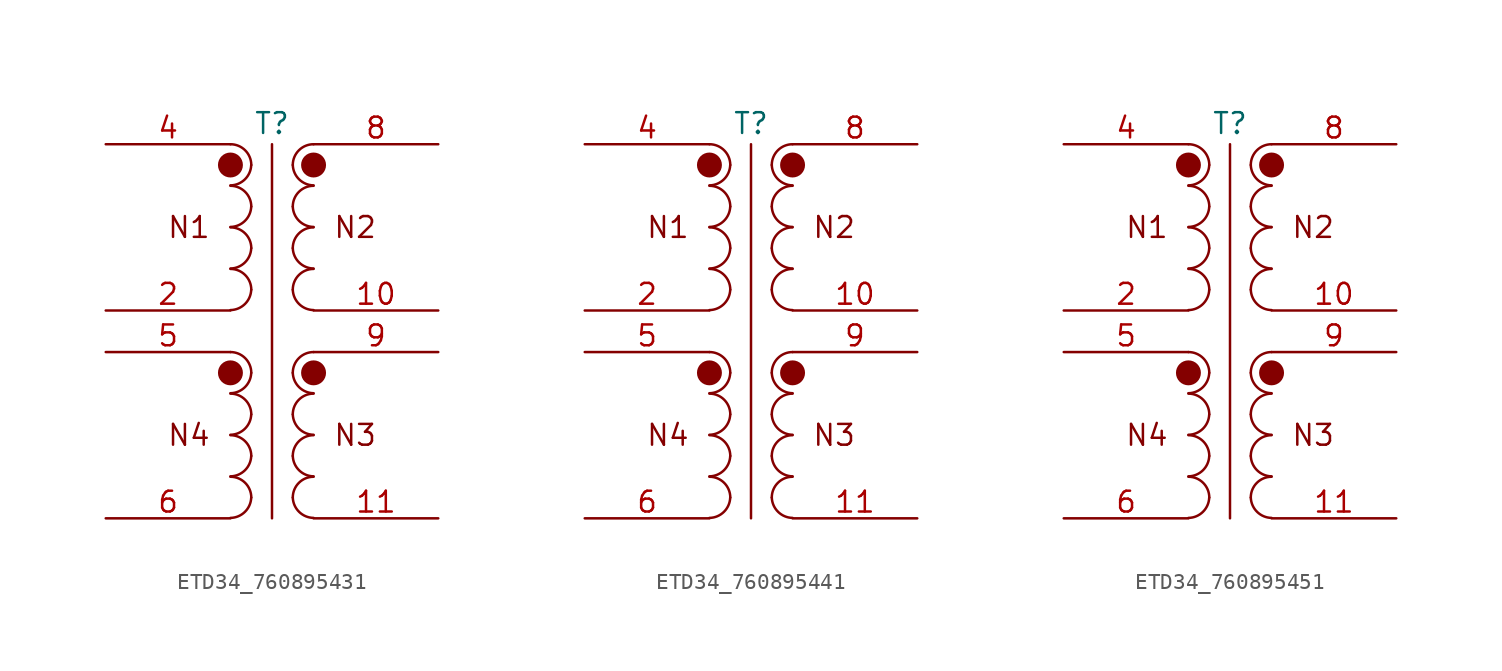
<source format=kicad_sym>
(kicad_symbol_lib
  (version 20220914)
  (generator kicad_symbol_editor)
  (symbol "ETD34_760895431"
    (pin_names hide)
    (property "Reference" "T"
      (at 0 12.7 0)
      (effects (font (size 1.27 1.27))))
    (property "Critical Parameter" ""
      (at 0 -5.08 0)
      (effects (font (size 1.27 1.27)) (justify left)))
    (symbol "ETD34_760895431_0_1"
      (arc (start -2.54 -11.4046) (mid -1.6561 -11.0363) (end -1.27 -10.16) (stroke (width 0) (type default)) (fill (type none)))
      (arc (start -2.54 -8.8646) (mid -1.6561 -8.4963) (end -1.27 -7.62) (stroke (width 0) (type default)) (fill (type none)))
      (arc (start -2.54 -6.3246) (mid -1.6561 -5.9563) (end -1.27 -5.08) (stroke (width 0) (type default)) (fill (type none)))
      (arc (start -2.54 -3.7846) (mid -1.6561 -3.4163) (end -1.27 -2.54) (stroke (width 0) (type default)) (fill (type none)))
      (arc (start -2.54 1.2954) (mid -1.6561 1.6637) (end -1.27 2.54) (stroke (width 0) (type default)) (fill (type none)))
      (arc (start -2.54 3.8354) (mid -1.6561 4.2037) (end -1.27 5.08) (stroke (width 0) (type default)) (fill (type none)))
      (arc (start -2.54 6.3754) (mid -1.6561 6.7437) (end -1.27 7.62) (stroke (width 0) (type default)) (fill (type none)))
      (arc (start -2.54 8.9154) (mid -1.6561 9.2837) (end -1.27 10.16) (stroke (width 0) (type default)) (fill (type none)))
      (arc (start -1.27 -10.16) (mid -1.642 -9.262) (end -2.54 -8.89) (stroke (width 0) (type default)) (fill (type none)))
      (arc (start -1.27 -7.62) (mid -1.642 -6.722) (end -2.54 -6.35) (stroke (width 0) (type default)) (fill (type none)))
      (arc (start -1.27 -5.08) (mid -1.642 -4.182) (end -2.54 -3.81) (stroke (width 0) (type default)) (fill (type none)))
      (arc (start -1.27 -2.54) (mid -1.642 -1.642) (end -2.54 -1.27) (stroke (width 0) (type default)) (fill (type none)))
      (arc (start -1.27 2.54) (mid -1.642 3.438) (end -2.54 3.81) (stroke (width 0) (type default)) (fill (type none)))
      (arc (start -1.27 5.08) (mid -1.642 5.978) (end -2.54 6.35) (stroke (width 0) (type default)) (fill (type none)))
      (arc (start -1.27 7.62) (mid -1.642 8.518) (end -2.54 8.89) (stroke (width 0) (type default)) (fill (type none)))
      (arc (start -1.27 10.16) (mid -1.642 11.058) (end -2.54 11.43) (stroke (width 0) (type default)) (fill (type none)))
      (polyline (pts (xy 0 -11.43) (xy 0 11.43)) (stroke (width 0) (type default)) (fill (type none)))
      (arc (start 1.27 -10.16) (mid 1.6561 -11.0363) (end 2.54 -11.4046) (stroke (width 0) (type default)) (fill (type none)))
      (arc (start 1.27 -7.62) (mid 1.6561 -8.4963) (end 2.54 -8.8646) (stroke (width 0) (type default)) (fill (type none)))
      (arc (start 1.27 -5.08) (mid 1.6561 -5.9563) (end 2.54 -6.3246) (stroke (width 0) (type default)) (fill (type none)))
      (arc (start 1.27 -2.54) (mid 1.6561 -3.4163) (end 2.54 -3.7846) (stroke (width 0) (type default)) (fill (type none)))
      (arc (start 1.27 2.54) (mid 1.6561 1.6637) (end 2.54 1.2954) (stroke (width 0) (type default)) (fill (type none)))
      (arc (start 1.27 5.08) (mid 1.6561 4.2037) (end 2.54 3.8354) (stroke (width 0) (type default)) (fill (type none)))
      (arc (start 1.27 7.62) (mid 1.6561 6.7437) (end 2.54 6.3754) (stroke (width 0) (type default)) (fill (type none)))
      (arc (start 1.27 10.16) (mid 1.6561 9.2837) (end 2.54 8.9154) (stroke (width 0) (type default)) (fill (type none)))
      (arc (start 2.54 -8.89) (mid 1.642 -9.262) (end 1.27 -10.16) (stroke (width 0) (type default)) (fill (type none)))
      (arc (start 2.54 -6.35) (mid 1.642 -6.722) (end 1.27 -7.62) (stroke (width 0) (type default)) (fill (type none)))
      (arc (start 2.54 -3.81) (mid 1.642 -4.182) (end 1.27 -5.08) (stroke (width 0) (type default)) (fill (type none)))
      (arc (start 2.54 -1.27) (mid 1.642 -1.642) (end 1.27 -2.54) (stroke (width 0) (type default)) (fill (type none)))
      (arc (start 2.54 3.81) (mid 1.642 3.438) (end 1.27 2.54) (stroke (width 0) (type default)) (fill (type none)))
      (arc (start 2.54 6.35) (mid 1.642 5.978) (end 1.27 5.08) (stroke (width 0) (type default)) (fill (type none)))
      (arc (start 2.54 8.89) (mid 1.642 8.518) (end 1.27 7.62) (stroke (width 0) (type default)) (fill (type none)))
      (arc (start 2.54 11.43) (mid 1.642 11.058) (end 1.27 10.16) (stroke (width 0) (type default)) (fill (type none))))
    (symbol "ETD34_760895431_1_1"
      (circle (center -2.54 -2.54) (radius 0.0001) (stroke (width 0.762) (type default)) (fill (type none)))
      (circle (center -2.54 10.16) (radius 0.0001) (stroke (width 0.762) (type default)) (fill (type none)))
      (circle (center 2.54 -2.54) (radius 0.0001) (stroke (width 0.762) (type default)) (fill (type none)))
      (circle (center 2.54 10.16) (radius 0.0001) (stroke (width 0.762) (type default)) (fill (type none)))
      (text "N1" (at -5.08 6.35 0) (effects (font (size 1.27 1.27))))
      (text "N2" (at 5.08 6.35 0) (effects (font (size 1.27 1.27))))
      (text "N3" (at 5.08 -6.35 0) (effects (font (size 1.27 1.27))))
      (text "N4" (at -5.08 -6.35 0) (effects (font (size 1.27 1.27))))
      (pin passive line (at 10.16 1.27 180) (length 7.62) (name "10" (effects (font (size 1.27 1.27)))) (number "10" (effects (font (size 1.27 1.27)))))
      (pin passive line (at 10.16 -11.43 180) (length 7.62) (name "11" (effects (font (size 1.27 1.27)))) (number "11" (effects (font (size 1.27 1.27)))))
      (pin passive line (at -10.16 1.27 0) (length 7.62) (name "2" (effects (font (size 1.27 1.27)))) (number "2" (effects (font (size 1.27 1.27)))))
      (pin passive line (at -10.16 11.43 0) (length 7.62) (name "4" (effects (font (size 1.27 1.27)))) (number "4" (effects (font (size 1.27 1.27)))))
      (pin passive line (at -10.16 -1.27 0) (length 7.62) (name "5" (effects (font (size 1.27 1.27)))) (number "5" (effects (font (size 1.27 1.27)))))
      (pin passive line (at -10.16 -11.43 0) (length 7.62) (name "6" (effects (font (size 1.27 1.27)))) (number "6" (effects (font (size 1.27 1.27)))))
      (pin passive line (at 10.16 11.43 180) (length 7.62) (name "8" (effects (font (size 1.27 1.27)))) (number "8" (effects (font (size 1.27 1.27)))))
      (pin passive line (at 10.16 -1.27 180) (length 7.62) (name "9" (effects (font (size 1.27 1.27)))) (number "9" (effects (font (size 1.27 1.27)))))))
  (symbol "ETD34_760895441"
    (pin_names hide)
    (property "Reference" "T"
      (at 0 12.7 0)
      (effects (font (size 1.27 1.27))))
    (property "Critical Parameter" ""
      (at 0 -5.08 0)
      (effects (font (size 1.27 1.27)) (justify left)))
    (symbol "ETD34_760895441_0_1"
      (arc (start -2.54 -11.4046) (mid -1.6561 -11.0363) (end -1.27 -10.16) (stroke (width 0) (type default)) (fill (type none)))
      (arc (start -2.54 -8.8646) (mid -1.6561 -8.4963) (end -1.27 -7.62) (stroke (width 0) (type default)) (fill (type none)))
      (arc (start -2.54 -6.3246) (mid -1.6561 -5.9563) (end -1.27 -5.08) (stroke (width 0) (type default)) (fill (type none)))
      (arc (start -2.54 -3.7846) (mid -1.6561 -3.4163) (end -1.27 -2.54) (stroke (width 0) (type default)) (fill (type none)))
      (arc (start -2.54 1.2954) (mid -1.6561 1.6637) (end -1.27 2.54) (stroke (width 0) (type default)) (fill (type none)))
      (arc (start -2.54 3.8354) (mid -1.6561 4.2037) (end -1.27 5.08) (stroke (width 0) (type default)) (fill (type none)))
      (arc (start -2.54 6.3754) (mid -1.6561 6.7437) (end -1.27 7.62) (stroke (width 0) (type default)) (fill (type none)))
      (arc (start -2.54 8.9154) (mid -1.6561 9.2837) (end -1.27 10.16) (stroke (width 0) (type default)) (fill (type none)))
      (arc (start -1.27 -10.16) (mid -1.642 -9.262) (end -2.54 -8.89) (stroke (width 0) (type default)) (fill (type none)))
      (arc (start -1.27 -7.62) (mid -1.642 -6.722) (end -2.54 -6.35) (stroke (width 0) (type default)) (fill (type none)))
      (arc (start -1.27 -5.08) (mid -1.642 -4.182) (end -2.54 -3.81) (stroke (width 0) (type default)) (fill (type none)))
      (arc (start -1.27 -2.54) (mid -1.642 -1.642) (end -2.54 -1.27) (stroke (width 0) (type default)) (fill (type none)))
      (arc (start -1.27 2.54) (mid -1.642 3.438) (end -2.54 3.81) (stroke (width 0) (type default)) (fill (type none)))
      (arc (start -1.27 5.08) (mid -1.642 5.978) (end -2.54 6.35) (stroke (width 0) (type default)) (fill (type none)))
      (arc (start -1.27 7.62) (mid -1.642 8.518) (end -2.54 8.89) (stroke (width 0) (type default)) (fill (type none)))
      (arc (start -1.27 10.16) (mid -1.642 11.058) (end -2.54 11.43) (stroke (width 0) (type default)) (fill (type none)))
      (polyline (pts (xy 0 -11.43) (xy 0 11.43)) (stroke (width 0) (type default)) (fill (type none)))
      (arc (start 1.27 -10.16) (mid 1.6561 -11.0363) (end 2.54 -11.4046) (stroke (width 0) (type default)) (fill (type none)))
      (arc (start 1.27 -7.62) (mid 1.6561 -8.4963) (end 2.54 -8.8646) (stroke (width 0) (type default)) (fill (type none)))
      (arc (start 1.27 -5.08) (mid 1.6561 -5.9563) (end 2.54 -6.3246) (stroke (width 0) (type default)) (fill (type none)))
      (arc (start 1.27 -2.54) (mid 1.6561 -3.4163) (end 2.54 -3.7846) (stroke (width 0) (type default)) (fill (type none)))
      (arc (start 1.27 2.54) (mid 1.6561 1.6637) (end 2.54 1.2954) (stroke (width 0) (type default)) (fill (type none)))
      (arc (start 1.27 5.08) (mid 1.6561 4.2037) (end 2.54 3.8354) (stroke (width 0) (type default)) (fill (type none)))
      (arc (start 1.27 7.62) (mid 1.6561 6.7437) (end 2.54 6.3754) (stroke (width 0) (type default)) (fill (type none)))
      (arc (start 1.27 10.16) (mid 1.6561 9.2837) (end 2.54 8.9154) (stroke (width 0) (type default)) (fill (type none)))
      (arc (start 2.54 -8.89) (mid 1.642 -9.262) (end 1.27 -10.16) (stroke (width 0) (type default)) (fill (type none)))
      (arc (start 2.54 -6.35) (mid 1.642 -6.722) (end 1.27 -7.62) (stroke (width 0) (type default)) (fill (type none)))
      (arc (start 2.54 -3.81) (mid 1.642 -4.182) (end 1.27 -5.08) (stroke (width 0) (type default)) (fill (type none)))
      (arc (start 2.54 -1.27) (mid 1.642 -1.642) (end 1.27 -2.54) (stroke (width 0) (type default)) (fill (type none)))
      (arc (start 2.54 3.81) (mid 1.642 3.438) (end 1.27 2.54) (stroke (width 0) (type default)) (fill (type none)))
      (arc (start 2.54 6.35) (mid 1.642 5.978) (end 1.27 5.08) (stroke (width 0) (type default)) (fill (type none)))
      (arc (start 2.54 8.89) (mid 1.642 8.518) (end 1.27 7.62) (stroke (width 0) (type default)) (fill (type none)))
      (arc (start 2.54 11.43) (mid 1.642 11.058) (end 1.27 10.16) (stroke (width 0) (type default)) (fill (type none))))
    (symbol "ETD34_760895441_1_1"
      (circle (center -2.54 -2.54) (radius 0.0001) (stroke (width 0.762) (type default)) (fill (type none)))
      (circle (center -2.54 10.16) (radius 0.0001) (stroke (width 0.762) (type default)) (fill (type none)))
      (circle (center 2.54 -2.54) (radius 0.0001) (stroke (width 0.762) (type default)) (fill (type none)))
      (circle (center 2.54 10.16) (radius 0.0001) (stroke (width 0.762) (type default)) (fill (type none)))
      (text "N1" (at -5.08 6.35 0) (effects (font (size 1.27 1.27))))
      (text "N2" (at 5.08 6.35 0) (effects (font (size 1.27 1.27))))
      (text "N3" (at 5.08 -6.35 0) (effects (font (size 1.27 1.27))))
      (text "N4" (at -5.08 -6.35 0) (effects (font (size 1.27 1.27))))
      (pin passive line (at 10.16 1.27 180) (length 7.62) (name "10" (effects (font (size 1.27 1.27)))) (number "10" (effects (font (size 1.27 1.27)))))
      (pin passive line (at 10.16 -11.43 180) (length 7.62) (name "11" (effects (font (size 1.27 1.27)))) (number "11" (effects (font (size 1.27 1.27)))))
      (pin passive line (at -10.16 1.27 0) (length 7.62) (name "2" (effects (font (size 1.27 1.27)))) (number "2" (effects (font (size 1.27 1.27)))))
      (pin passive line (at -10.16 11.43 0) (length 7.62) (name "4" (effects (font (size 1.27 1.27)))) (number "4" (effects (font (size 1.27 1.27)))))
      (pin passive line (at -10.16 -1.27 0) (length 7.62) (name "5" (effects (font (size 1.27 1.27)))) (number "5" (effects (font (size 1.27 1.27)))))
      (pin passive line (at -10.16 -11.43 0) (length 7.62) (name "6" (effects (font (size 1.27 1.27)))) (number "6" (effects (font (size 1.27 1.27)))))
      (pin passive line (at 10.16 11.43 180) (length 7.62) (name "8" (effects (font (size 1.27 1.27)))) (number "8" (effects (font (size 1.27 1.27)))))
      (pin passive line (at 10.16 -1.27 180) (length 7.62) (name "9" (effects (font (size 1.27 1.27)))) (number "9" (effects (font (size 1.27 1.27)))))))
  (symbol "ETD34_760895451"
    (pin_names hide)
    (property "Reference" "T"
      (at 0 12.7 0)
      (effects (font (size 1.27 1.27))))
    (property "Critical Parameter" ""
      (at 0 -5.08 0)
      (effects (font (size 1.27 1.27)) (justify left)))
    (symbol "ETD34_760895451_0_1"
      (arc (start -2.54 -11.4046) (mid -1.6561 -11.0363) (end -1.27 -10.16) (stroke (width 0) (type default)) (fill (type none)))
      (arc (start -2.54 -8.8646) (mid -1.6561 -8.4963) (end -1.27 -7.62) (stroke (width 0) (type default)) (fill (type none)))
      (arc (start -2.54 -6.3246) (mid -1.6561 -5.9563) (end -1.27 -5.08) (stroke (width 0) (type default)) (fill (type none)))
      (arc (start -2.54 -3.7846) (mid -1.6561 -3.4163) (end -1.27 -2.54) (stroke (width 0) (type default)) (fill (type none)))
      (arc (start -2.54 1.2954) (mid -1.6561 1.6637) (end -1.27 2.54) (stroke (width 0) (type default)) (fill (type none)))
      (arc (start -2.54 3.8354) (mid -1.6561 4.2037) (end -1.27 5.08) (stroke (width 0) (type default)) (fill (type none)))
      (arc (start -2.54 6.3754) (mid -1.6561 6.7437) (end -1.27 7.62) (stroke (width 0) (type default)) (fill (type none)))
      (arc (start -2.54 8.9154) (mid -1.6561 9.2837) (end -1.27 10.16) (stroke (width 0) (type default)) (fill (type none)))
      (arc (start -1.27 -10.16) (mid -1.642 -9.262) (end -2.54 -8.89) (stroke (width 0) (type default)) (fill (type none)))
      (arc (start -1.27 -7.62) (mid -1.642 -6.722) (end -2.54 -6.35) (stroke (width 0) (type default)) (fill (type none)))
      (arc (start -1.27 -5.08) (mid -1.642 -4.182) (end -2.54 -3.81) (stroke (width 0) (type default)) (fill (type none)))
      (arc (start -1.27 -2.54) (mid -1.642 -1.642) (end -2.54 -1.27) (stroke (width 0) (type default)) (fill (type none)))
      (arc (start -1.27 2.54) (mid -1.642 3.438) (end -2.54 3.81) (stroke (width 0) (type default)) (fill (type none)))
      (arc (start -1.27 5.08) (mid -1.642 5.978) (end -2.54 6.35) (stroke (width 0) (type default)) (fill (type none)))
      (arc (start -1.27 7.62) (mid -1.642 8.518) (end -2.54 8.89) (stroke (width 0) (type default)) (fill (type none)))
      (arc (start -1.27 10.16) (mid -1.642 11.058) (end -2.54 11.43) (stroke (width 0) (type default)) (fill (type none)))
      (polyline (pts (xy 0 -11.43) (xy 0 11.43)) (stroke (width 0) (type default)) (fill (type none)))
      (arc (start 1.27 -10.16) (mid 1.6561 -11.0363) (end 2.54 -11.4046) (stroke (width 0) (type default)) (fill (type none)))
      (arc (start 1.27 -7.62) (mid 1.6561 -8.4963) (end 2.54 -8.8646) (stroke (width 0) (type default)) (fill (type none)))
      (arc (start 1.27 -5.08) (mid 1.6561 -5.9563) (end 2.54 -6.3246) (stroke (width 0) (type default)) (fill (type none)))
      (arc (start 1.27 -2.54) (mid 1.6561 -3.4163) (end 2.54 -3.7846) (stroke (width 0) (type default)) (fill (type none)))
      (arc (start 1.27 2.54) (mid 1.6561 1.6637) (end 2.54 1.2954) (stroke (width 0) (type default)) (fill (type none)))
      (arc (start 1.27 5.08) (mid 1.6561 4.2037) (end 2.54 3.8354) (stroke (width 0) (type default)) (fill (type none)))
      (arc (start 1.27 7.62) (mid 1.6561 6.7437) (end 2.54 6.3754) (stroke (width 0) (type default)) (fill (type none)))
      (arc (start 1.27 10.16) (mid 1.6561 9.2837) (end 2.54 8.9154) (stroke (width 0) (type default)) (fill (type none)))
      (arc (start 2.54 -8.89) (mid 1.642 -9.262) (end 1.27 -10.16) (stroke (width 0) (type default)) (fill (type none)))
      (arc (start 2.54 -6.35) (mid 1.642 -6.722) (end 1.27 -7.62) (stroke (width 0) (type default)) (fill (type none)))
      (arc (start 2.54 -3.81) (mid 1.642 -4.182) (end 1.27 -5.08) (stroke (width 0) (type default)) (fill (type none)))
      (arc (start 2.54 -1.27) (mid 1.642 -1.642) (end 1.27 -2.54) (stroke (width 0) (type default)) (fill (type none)))
      (arc (start 2.54 3.81) (mid 1.642 3.438) (end 1.27 2.54) (stroke (width 0) (type default)) (fill (type none)))
      (arc (start 2.54 6.35) (mid 1.642 5.978) (end 1.27 5.08) (stroke (width 0) (type default)) (fill (type none)))
      (arc (start 2.54 8.89) (mid 1.642 8.518) (end 1.27 7.62) (stroke (width 0) (type default)) (fill (type none)))
      (arc (start 2.54 11.43) (mid 1.642 11.058) (end 1.27 10.16) (stroke (width 0) (type default)) (fill (type none))))
    (symbol "ETD34_760895451_1_1"
      (circle (center -2.54 -2.54) (radius 0.0001) (stroke (width 0.762) (type default)) (fill (type none)))
      (circle (center -2.54 10.16) (radius 0.0001) (stroke (width 0.762) (type default)) (fill (type none)))
      (circle (center 2.54 -2.54) (radius 0.0001) (stroke (width 0.762) (type default)) (fill (type none)))
      (circle (center 2.54 10.16) (radius 0.0001) (stroke (width 0.762) (type default)) (fill (type none)))
      (text "N1" (at -5.08 6.35 0) (effects (font (size 1.27 1.27))))
      (text "N2" (at 5.08 6.35 0) (effects (font (size 1.27 1.27))))
      (text "N3" (at 5.08 -6.35 0) (effects (font (size 1.27 1.27))))
      (text "N4" (at -5.08 -6.35 0) (effects (font (size 1.27 1.27))))
      (pin passive line (at 10.16 1.27 180) (length 7.62) (name "10" (effects (font (size 1.27 1.27)))) (number "10" (effects (font (size 1.27 1.27)))))
      (pin passive line (at 10.16 -11.43 180) (length 7.62) (name "11" (effects (font (size 1.27 1.27)))) (number "11" (effects (font (size 1.27 1.27)))))
      (pin passive line (at -10.16 1.27 0) (length 7.62) (name "2" (effects (font (size 1.27 1.27)))) (number "2" (effects (font (size 1.27 1.27)))))
      (pin passive line (at -10.16 11.43 0) (length 7.62) (name "4" (effects (font (size 1.27 1.27)))) (number "4" (effects (font (size 1.27 1.27)))))
      (pin passive line (at -10.16 -1.27 0) (length 7.62) (name "5" (effects (font (size 1.27 1.27)))) (number "5" (effects (font (size 1.27 1.27)))))
      (pin passive line (at -10.16 -11.43 0) (length 7.62) (name "6" (effects (font (size 1.27 1.27)))) (number "6" (effects (font (size 1.27 1.27)))))
      (pin passive line (at 10.16 11.43 180) (length 7.62) (name "8" (effects (font (size 1.27 1.27)))) (number "8" (effects (font (size 1.27 1.27)))))
      (pin passive line (at 10.16 -1.27 180) (length 7.62) (name "9" (effects (font (size 1.27 1.27)))) (number "9" (effects (font (size 1.27 1.27))))))))
</source>
